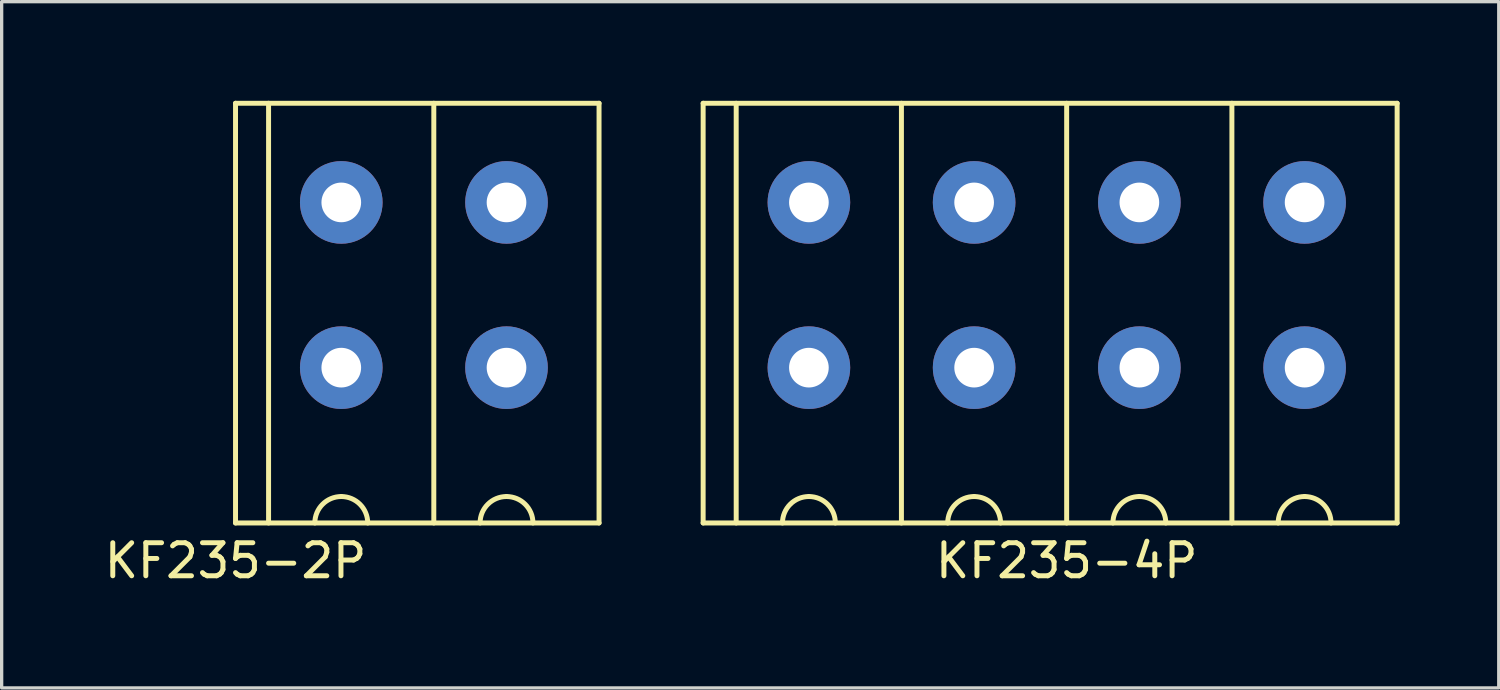
<source format=kicad_pcb>
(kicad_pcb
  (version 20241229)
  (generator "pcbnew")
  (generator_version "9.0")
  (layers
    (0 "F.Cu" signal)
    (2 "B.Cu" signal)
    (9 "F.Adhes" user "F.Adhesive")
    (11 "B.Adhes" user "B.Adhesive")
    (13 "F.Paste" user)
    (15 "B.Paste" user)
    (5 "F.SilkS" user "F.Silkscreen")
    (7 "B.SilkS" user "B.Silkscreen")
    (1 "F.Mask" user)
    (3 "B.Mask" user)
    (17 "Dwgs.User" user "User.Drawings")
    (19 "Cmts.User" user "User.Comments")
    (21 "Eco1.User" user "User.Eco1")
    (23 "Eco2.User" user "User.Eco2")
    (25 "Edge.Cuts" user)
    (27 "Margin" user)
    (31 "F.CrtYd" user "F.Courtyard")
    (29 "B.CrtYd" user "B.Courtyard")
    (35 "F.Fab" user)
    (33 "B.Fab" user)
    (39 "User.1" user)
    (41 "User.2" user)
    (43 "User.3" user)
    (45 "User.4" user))
  (footprint "KF235-2P"
    (layer "F.Cu")
    (at 4.077 12.775)
    (property "Reference" "KF235-2P" (at 0 1.143 0) (layer "F.SilkS") (effects (font (size 1 1) (thickness 0.15))))
    (attr through_hole)
    (fp_line (start 0 -12.7) (end 11 -12.7) (stroke (width 0.15) (type solid)) (layer "F.SilkS"))
    (fp_line (start 0 0) (end 0 -12.7) (stroke (width 0.15) (type solid)) (layer "F.SilkS"))
    (fp_line (start 1 0) (end 1 -12.7) (stroke (width 0.15) (type solid)) (layer "F.SilkS"))
    (fp_line (start 6 0) (end 6 -12.7) (stroke (width 0.15) (type solid)) (layer "F.SilkS"))
    (fp_line (start 11 -12.7) (end 11 0) (stroke (width 0.15) (type solid)) (layer "F.SilkS"))
    (fp_line (start 11 0) (end 0 0) (stroke (width 0.15) (type solid)) (layer "F.SilkS"))
    (fp_arc (start 2.4 0) (mid 2.634315 -0.565685) (end 3.2 -0.8) (stroke (width 0.15) (type solid)) (layer "F.SilkS"))
    (fp_arc (start 3.2 -0.8) (mid 3.765685 -0.565685) (end 4 0) (stroke (width 0.15) (type solid)) (layer "F.SilkS"))
    (fp_arc (start 7.4 0) (mid 7.634315 -0.565685) (end 8.2 -0.8) (stroke (width 0.15) (type solid)) (layer "F.SilkS"))
    (fp_arc (start 8.2 -0.8) (mid 8.765685 -0.565685) (end 9 0) (stroke (width 0.15) (type solid)) (layer "F.SilkS"))
    (pad "1" thru_hole circle (at 8.2 -9.7) (size 2.5 2.5) (drill 1.2) (layers "*.Cu" "*.Mask"))
    (pad "1" thru_hole circle (at 8.2 -4.7) (size 2.5 2.5) (drill 1.2) (layers "*.Cu" "*.Mask"))
    (pad "2" thru_hole circle (at 3.2 -9.7) (size 2.5 2.5) (drill 1.2) (layers "*.Cu" "*.Mask"))
    (pad "2" thru_hole circle (at 3.2 -4.7) (size 2.5 2.5) (drill 1.2) (layers "*.Cu" "*.Mask")))
  (footprint "KF235-4P"
    (layer "F.Cu")
    (at 29.227 12.775)
    (property "Reference" "KF235-4P" (at 0 1.143 0) (layer "F.SilkS") (effects (font (size 1 1) (thickness 0.15))))
    (attr through_hole)
    (fp_line (start -11 -12.7) (end 10 -12.7) (stroke (width 0.15) (type solid)) (layer "F.SilkS"))
    (fp_line (start -11 0) (end -11 -12.7) (stroke (width 0.15) (type solid)) (layer "F.SilkS"))
    (fp_line (start -10 0) (end -10 -12.7) (stroke (width 0.15) (type solid)) (layer "F.SilkS"))
    (fp_line (start -5 0) (end -5 -12.7) (stroke (width 0.15) (type solid)) (layer "F.SilkS"))
    (fp_line (start 0 -12.7) (end 0 0) (stroke (width 0.15) (type solid)) (layer "F.SilkS"))
    (fp_line (start 5 -12.7) (end 5 0) (stroke (width 0.15) (type solid)) (layer "F.SilkS"))
    (fp_line (start 10 -12.7) (end 10 0) (stroke (width 0.15) (type solid)) (layer "F.SilkS"))
    (fp_line (start 10 0) (end -11 0) (stroke (width 0.15) (type solid)) (layer "F.SilkS"))
    (fp_arc (start -8.6 0) (mid -8.365685 -0.565685) (end -7.8 -0.8) (stroke (width 0.15) (type solid)) (layer "F.SilkS"))
    (fp_arc (start -7.8 -0.8) (mid -7.234315 -0.565685) (end -7 0) (stroke (width 0.15) (type solid)) (layer "F.SilkS"))
    (fp_arc (start -3.6 0) (mid -3.365685 -0.565685) (end -2.8 -0.8) (stroke (width 0.15) (type solid)) (layer "F.SilkS"))
    (fp_arc (start -2.8 -0.8) (mid -2.234315 -0.565685) (end -2 0) (stroke (width 0.15) (type solid)) (layer "F.SilkS"))
    (fp_arc (start 1.4 0) (mid 1.634315 -0.565685) (end 2.2 -0.8) (stroke (width 0.15) (type solid)) (layer "F.SilkS"))
    (fp_arc (start 2.2 -0.8) (mid 2.765685 -0.565685) (end 3 0) (stroke (width 0.15) (type solid)) (layer "F.SilkS"))
    (fp_arc (start 6.4 0) (mid 6.634315 -0.565685) (end 7.2 -0.8) (stroke (width 0.15) (type solid)) (layer "F.SilkS"))
    (fp_arc (start 7.2 -0.8) (mid 7.765685 -0.565685) (end 8 0) (stroke (width 0.15) (type solid)) (layer "F.SilkS"))
    (pad "1" thru_hole circle (at 7.2 -9.7) (size 2.5 2.5) (drill 1.2) (layers "*.Cu" "*.Mask"))
    (pad "1" thru_hole circle (at 7.2 -4.7) (size 2.5 2.5) (drill 1.2) (layers "*.Cu" "*.Mask"))
    (pad "2" thru_hole circle (at 2.2 -9.7) (size 2.5 2.5) (drill 1.2) (layers "*.Cu" "*.Mask"))
    (pad "2" thru_hole circle (at 2.2 -4.7) (size 2.5 2.5) (drill 1.2) (layers "*.Cu" "*.Mask"))
    (pad "3" thru_hole circle (at -2.8 -9.7) (size 2.5 2.5) (drill 1.2) (layers "*.Cu" "*.Mask"))
    (pad "3" thru_hole circle (at -2.8 -4.7) (size 2.5 2.5) (drill 1.2) (layers "*.Cu" "*.Mask"))
    (pad "4" thru_hole circle (at -7.8 -9.7) (size 2.5 2.5) (drill 1.2) (layers "*.Cu" "*.Mask"))
    (pad "4" thru_hole circle (at -7.8 -4.7) (size 2.5 2.5) (drill 1.2) (layers "*.Cu" "*.Mask")))
  (gr_rect
    (start -3 -3)
    (end 42.302 17.766)
    (stroke (width 0.1) (type default))
    (fill no)
    (layer "Edge.Cuts")))
</source>
